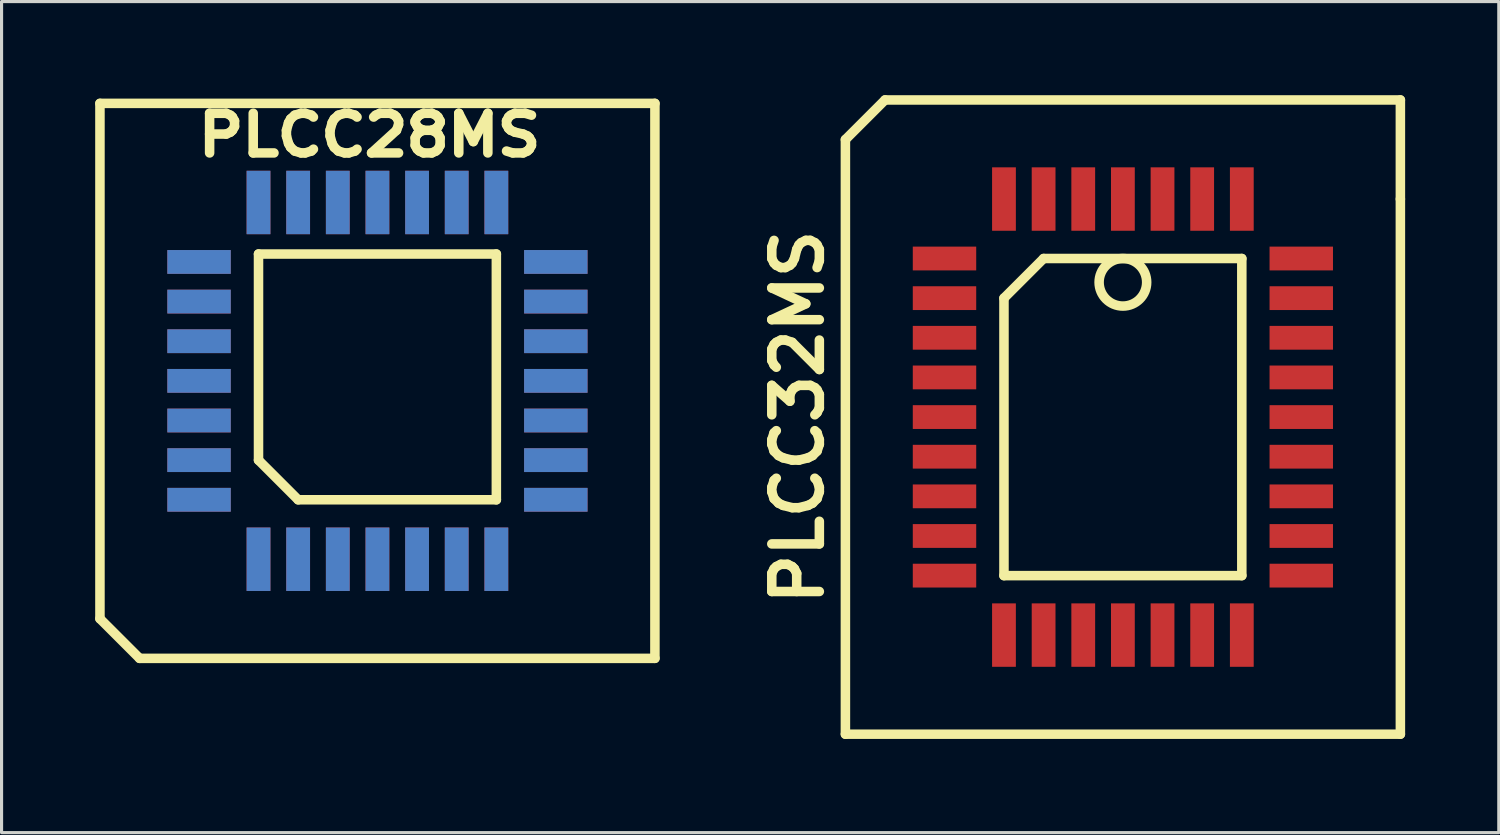
<source format=kicad_pcb>
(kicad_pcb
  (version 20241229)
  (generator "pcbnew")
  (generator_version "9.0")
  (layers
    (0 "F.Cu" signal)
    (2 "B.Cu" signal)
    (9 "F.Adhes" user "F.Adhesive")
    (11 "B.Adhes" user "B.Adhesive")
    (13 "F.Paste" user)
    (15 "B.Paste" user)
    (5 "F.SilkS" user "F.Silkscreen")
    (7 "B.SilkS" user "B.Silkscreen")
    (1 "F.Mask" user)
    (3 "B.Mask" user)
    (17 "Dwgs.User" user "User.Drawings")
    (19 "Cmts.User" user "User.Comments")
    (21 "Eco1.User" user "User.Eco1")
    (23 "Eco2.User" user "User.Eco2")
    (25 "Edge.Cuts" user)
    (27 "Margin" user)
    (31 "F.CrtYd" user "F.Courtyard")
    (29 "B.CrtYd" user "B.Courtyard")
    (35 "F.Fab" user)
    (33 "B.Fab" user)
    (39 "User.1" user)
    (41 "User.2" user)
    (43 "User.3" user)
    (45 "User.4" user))
  (footprint "PLCC32MS"
    (layer "F.Cu")
    (at 32.925 10.312)
    (property "Reference" "PLCC32MS" (at -10.414 0 90) (layer "F.SilkS") (effects (font (size 1.524 1.524) (thickness 0.305))))
    (attr smd)
    (fp_line (start -8.89 -8.89) (end -7.62 -10.16) (stroke (width 0.305) (type solid)) (layer "F.SilkS"))
    (fp_line (start -8.89 10.16) (end -8.89 -8.89) (stroke (width 0.305) (type solid)) (layer "F.SilkS"))
    (fp_line (start -7.62 -10.16) (end 8.89 -10.16) (stroke (width 0.305) (type solid)) (layer "F.SilkS"))
    (fp_line (start -3.81 -3.81) (end -3.81 5.08) (stroke (width 0.305) (type solid)) (layer "F.SilkS"))
    (fp_line (start -3.81 5.08) (end 3.81 5.08) (stroke (width 0.305) (type solid)) (layer "F.SilkS"))
    (fp_line (start -2.54 -5.08) (end -3.81 -3.81) (stroke (width 0.305) (type solid)) (layer "F.SilkS"))
    (fp_line (start 3.81 -5.08) (end -2.54 -5.08) (stroke (width 0.305) (type solid)) (layer "F.SilkS"))
    (fp_line (start 3.81 5.08) (end 3.81 -5.08) (stroke (width 0.305) (type solid)) (layer "F.SilkS"))
    (fp_line (start 8.89 -10.16) (end 8.89 -6.985) (stroke (width 0.305) (type solid)) (layer "F.SilkS"))
    (fp_line (start 8.89 -6.985) (end 8.89 10.16) (stroke (width 0.305) (type solid)) (layer "F.SilkS"))
    (fp_line (start 8.89 10.16) (end -8.89 10.16) (stroke (width 0.305) (type solid)) (layer "F.SilkS"))
    (fp_circle (center 0 -4.318) (end 0 -5.08) (stroke (width 0.305) (type solid)) (fill no) (layer "F.SilkS"))
    (pad "1" smd rect (at 0 -6.985) (size 0.762 2.032) (layers "F.Cu" "F.Mask" "F.Paste"))
    (pad "2" smd rect (at -1.27 -6.985) (size 0.762 2.032) (layers "F.Cu" "F.Mask" "F.Paste"))
    (pad "3" smd rect (at -2.54 -6.985) (size 0.762 2.032) (layers "F.Cu" "F.Mask" "F.Paste"))
    (pad "4" smd rect (at -3.81 -6.985) (size 0.762 2.032) (layers "F.Cu" "F.Mask" "F.Paste"))
    (pad "5" smd rect (at -5.715 -5.08) (size 2.032 0.762) (layers "F.Cu" "F.Mask" "F.Paste"))
    (pad "6" smd rect (at -5.715 -3.81) (size 2.032 0.762) (layers "F.Cu" "F.Mask" "F.Paste"))
    (pad "7" smd rect (at -5.715 -2.54) (size 2.032 0.762) (layers "F.Cu" "F.Mask" "F.Paste"))
    (pad "8" smd rect (at -5.715 -1.27) (size 2.032 0.762) (layers "F.Cu" "F.Mask" "F.Paste"))
    (pad "9" smd rect (at -5.715 0) (size 2.032 0.762) (layers "F.Cu" "F.Mask" "F.Paste"))
    (pad "10" smd rect (at -5.715 1.27) (size 2.032 0.762) (layers "F.Cu" "F.Mask" "F.Paste"))
    (pad "11" smd rect (at -5.715 2.54) (size 2.032 0.762) (layers "F.Cu" "F.Mask" "F.Paste"))
    (pad "12" smd rect (at -5.715 3.81) (size 2.032 0.762) (layers "F.Cu" "F.Mask" "F.Paste"))
    (pad "13" smd rect (at -5.715 5.08) (size 2.032 0.762) (layers "F.Cu" "F.Mask" "F.Paste"))
    (pad "14" smd rect (at -3.81 6.985) (size 0.762 2.032) (layers "F.Cu" "F.Mask" "F.Paste"))
    (pad "15" smd rect (at -2.54 6.985) (size 0.762 2.032) (layers "F.Cu" "F.Mask" "F.Paste"))
    (pad "16" smd rect (at -1.27 6.985) (size 0.762 2.032) (layers "F.Cu" "F.Mask" "F.Paste"))
    (pad "17" smd rect (at 0 6.985) (size 0.762 2.032) (layers "F.Cu" "F.Mask" "F.Paste"))
    (pad "18" smd rect (at 1.27 6.985) (size 0.762 2.032) (layers "F.Cu" "F.Mask" "F.Paste"))
    (pad "19" smd rect (at 2.54 6.985) (size 0.762 2.032) (layers "F.Cu" "F.Mask" "F.Paste"))
    (pad "20" smd rect (at 3.81 6.985) (size 0.762 2.032) (layers "F.Cu" "F.Mask" "F.Paste"))
    (pad "21" smd rect (at 5.715 5.08) (size 2.032 0.762) (layers "F.Cu" "F.Mask" "F.Paste"))
    (pad "22" smd rect (at 5.715 3.81) (size 2.032 0.762) (layers "F.Cu" "F.Mask" "F.Paste"))
    (pad "23" smd rect (at 5.715 2.54) (size 2.032 0.762) (layers "F.Cu" "F.Mask" "F.Paste"))
    (pad "24" smd rect (at 5.715 1.27) (size 2.032 0.762) (layers "F.Cu" "F.Mask" "F.Paste"))
    (pad "25" smd rect (at 5.715 0) (size 2.032 0.762) (layers "F.Cu" "F.Mask" "F.Paste"))
    (pad "26" smd rect (at 5.715 -1.27) (size 2.032 0.762) (layers "F.Cu" "F.Mask" "F.Paste"))
    (pad "27" smd rect (at 5.715 -2.54) (size 2.032 0.762) (layers "F.Cu" "F.Mask" "F.Paste"))
    (pad "28" smd rect (at 5.715 -3.81) (size 2.032 0.762) (layers "F.Cu" "F.Mask" "F.Paste"))
    (pad "29" smd rect (at 5.715 -5.08) (size 2.032 0.762) (layers "F.Cu" "F.Mask" "F.Paste"))
    (pad "30" smd rect (at 3.81 -6.985) (size 0.762 2.032) (layers "F.Cu" "F.Mask" "F.Paste"))
    (pad "31" smd rect (at 2.54 -6.985) (size 0.762 2.032) (layers "F.Cu" "F.Mask" "F.Paste"))
    (pad "32" smd rect (at 1.27 -6.985) (size 0.762 2.032) (layers "F.Cu" "F.Mask" "F.Paste")))
  (footprint "PLCC28MS"
    (layer "F.Cu")
    (at 9.042 9.152)
    (property "Reference" "PLCC28MS" (at -0.254 -7.874 0) (layer "F.SilkS") (effects (font (size 1.27 1.397) (thickness 0.305))))
    (attr smd)
    (fp_line (start -8.89 7.62) (end -8.89 -8.89) (stroke (width 0.305) (type solid)) (layer "F.SilkS"))
    (fp_line (start -8.89 7.62) (end -7.62 8.89) (stroke (width 0.305) (type solid)) (layer "F.SilkS"))
    (fp_line (start -7.62 8.89) (end 8.89 8.89) (stroke (width 0.305) (type solid)) (layer "F.SilkS"))
    (fp_line (start -3.81 -4.064) (end -3.81 2.54) (stroke (width 0.305) (type solid)) (layer "F.SilkS"))
    (fp_line (start -3.81 -4.064) (end 3.81 -4.064) (stroke (width 0.305) (type solid)) (layer "F.SilkS"))
    (fp_line (start -3.81 2.54) (end -2.54 3.81) (stroke (width 0.305) (type solid)) (layer "F.SilkS"))
    (fp_line (start 3.81 -4.064) (end 3.81 3.81) (stroke (width 0.305) (type solid)) (layer "F.SilkS"))
    (fp_line (start 3.81 3.81) (end -2.54 3.81) (stroke (width 0.305) (type solid)) (layer "F.SilkS"))
    (fp_line (start 8.89 -8.89) (end -8.89 -8.89) (stroke (width 0.305) (type solid)) (layer "F.SilkS"))
    (fp_line (start 8.89 8.89) (end 8.89 -8.89) (stroke (width 0.305) (type solid)) (layer "F.SilkS"))
    (pad "1" thru_hole rect (at -5.715 0) (size 2.032 0.762) (drill 0.000001) (layers "F.Cu" "F.Mask"))
    (pad "2" thru_hole rect (at -5.715 1.27) (size 2.032 0.762) (drill 0.000001) (layers "F.Cu" "F.Mask"))
    (pad "3" thru_hole rect (at -5.715 2.54) (size 2.032 0.762) (drill 0.000001) (layers "F.Cu" "F.Mask"))
    (pad "4" thru_hole rect (at -5.715 3.81) (size 2.032 0.762) (drill 0.000001) (layers "F.Cu" "F.Mask"))
    (pad "5" thru_hole rect (at -3.81 5.715) (size 0.762 2.032) (drill 0.000001) (layers "F.Cu" "F.Mask"))
    (pad "6" thru_hole rect (at -2.54 5.715) (size 0.762 2.032) (drill 0.000001) (layers "F.Cu" "F.Mask"))
    (pad "7" thru_hole rect (at -1.27 5.715) (size 0.762 2.032) (drill 0.000001) (layers "F.Cu" "F.Mask"))
    (pad "8" thru_hole rect (at 0 5.715) (size 0.762 2.032) (drill 0.000001) (layers "F.Cu" "F.Mask"))
    (pad "9" thru_hole rect (at 1.27 5.715) (size 0.762 2.032) (drill 0.000001) (layers "F.Cu" "F.Mask"))
    (pad "10" thru_hole rect (at 2.54 5.715) (size 0.762 2.032) (drill 0.000001) (layers "F.Cu" "F.Mask"))
    (pad "11" thru_hole rect (at 3.81 5.715) (size 0.762 2.032) (drill 0.000001) (layers "F.Cu" "F.Mask"))
    (pad "12" thru_hole rect (at 5.715 3.81) (size 2.032 0.762) (drill 0.000001) (layers "F.Cu" "F.Mask"))
    (pad "13" thru_hole rect (at 5.715 2.54) (size 2.032 0.762) (drill 0.000001) (layers "F.Cu" "F.Mask"))
    (pad "14" thru_hole rect (at 5.715 1.27) (size 2.032 0.762) (drill 0.000001) (layers "F.Cu" "F.Mask"))
    (pad "15" thru_hole rect (at 5.715 0) (size 2.032 0.762) (drill 0.000001) (layers "F.Cu" "F.Mask"))
    (pad "16" thru_hole rect (at 5.715 -1.27) (size 2.032 0.762) (drill 0.000001) (layers "F.Cu" "F.Mask"))
    (pad "17" thru_hole rect (at 5.715 -2.54) (size 2.032 0.762) (drill 0.000001) (layers "F.Cu" "F.Mask"))
    (pad "18" thru_hole rect (at 5.715 -3.81) (size 2.032 0.762) (drill 0.000001) (layers "F.Cu" "F.Mask"))
    (pad "19" thru_hole rect (at 3.81 -5.715) (size 0.762 2.032) (drill 0.000001) (layers "F.Cu" "F.Mask"))
    (pad "20" thru_hole rect (at 2.54 -5.715) (size 0.762 2.032) (drill 0.000001) (layers "F.Cu" "F.Mask"))
    (pad "21" thru_hole rect (at 1.27 -5.715) (size 0.762 2.032) (drill 0.000001) (layers "F.Cu" "F.Mask"))
    (pad "22" thru_hole rect (at 0 -5.715) (size 0.762 2.032) (drill 0.000001) (layers "F.Cu" "F.Mask"))
    (pad "23" thru_hole rect (at -1.27 -5.715) (size 0.762 2.032) (drill 0.000001) (layers "F.Cu" "F.Mask"))
    (pad "24" thru_hole rect (at -2.54 -5.715) (size 0.762 2.032) (drill 0.000001) (layers "F.Cu" "F.Mask"))
    (pad "25" thru_hole rect (at -3.81 -5.715) (size 0.762 2.032) (drill 0.000001) (layers "F.Cu" "F.Mask"))
    (pad "26" thru_hole rect (at -5.715 -3.81) (size 2.032 0.762) (drill 0.000001) (layers "F.Cu" "F.Mask"))
    (pad "27" thru_hole rect (at -5.715 -2.54) (size 2.032 0.762) (drill 0.000001) (layers "F.Cu" "F.Mask"))
    (pad "28" thru_hole rect (at -5.715 -1.27) (size 2.032 0.762) (drill 0.000001) (layers "F.Cu" "F.Mask")))
  (gr_rect
    (start -3 -3)
    (end 44.968 23.625)
    (stroke (width 0.1) (type default))
    (fill no)
    (layer "Edge.Cuts")))
</source>
